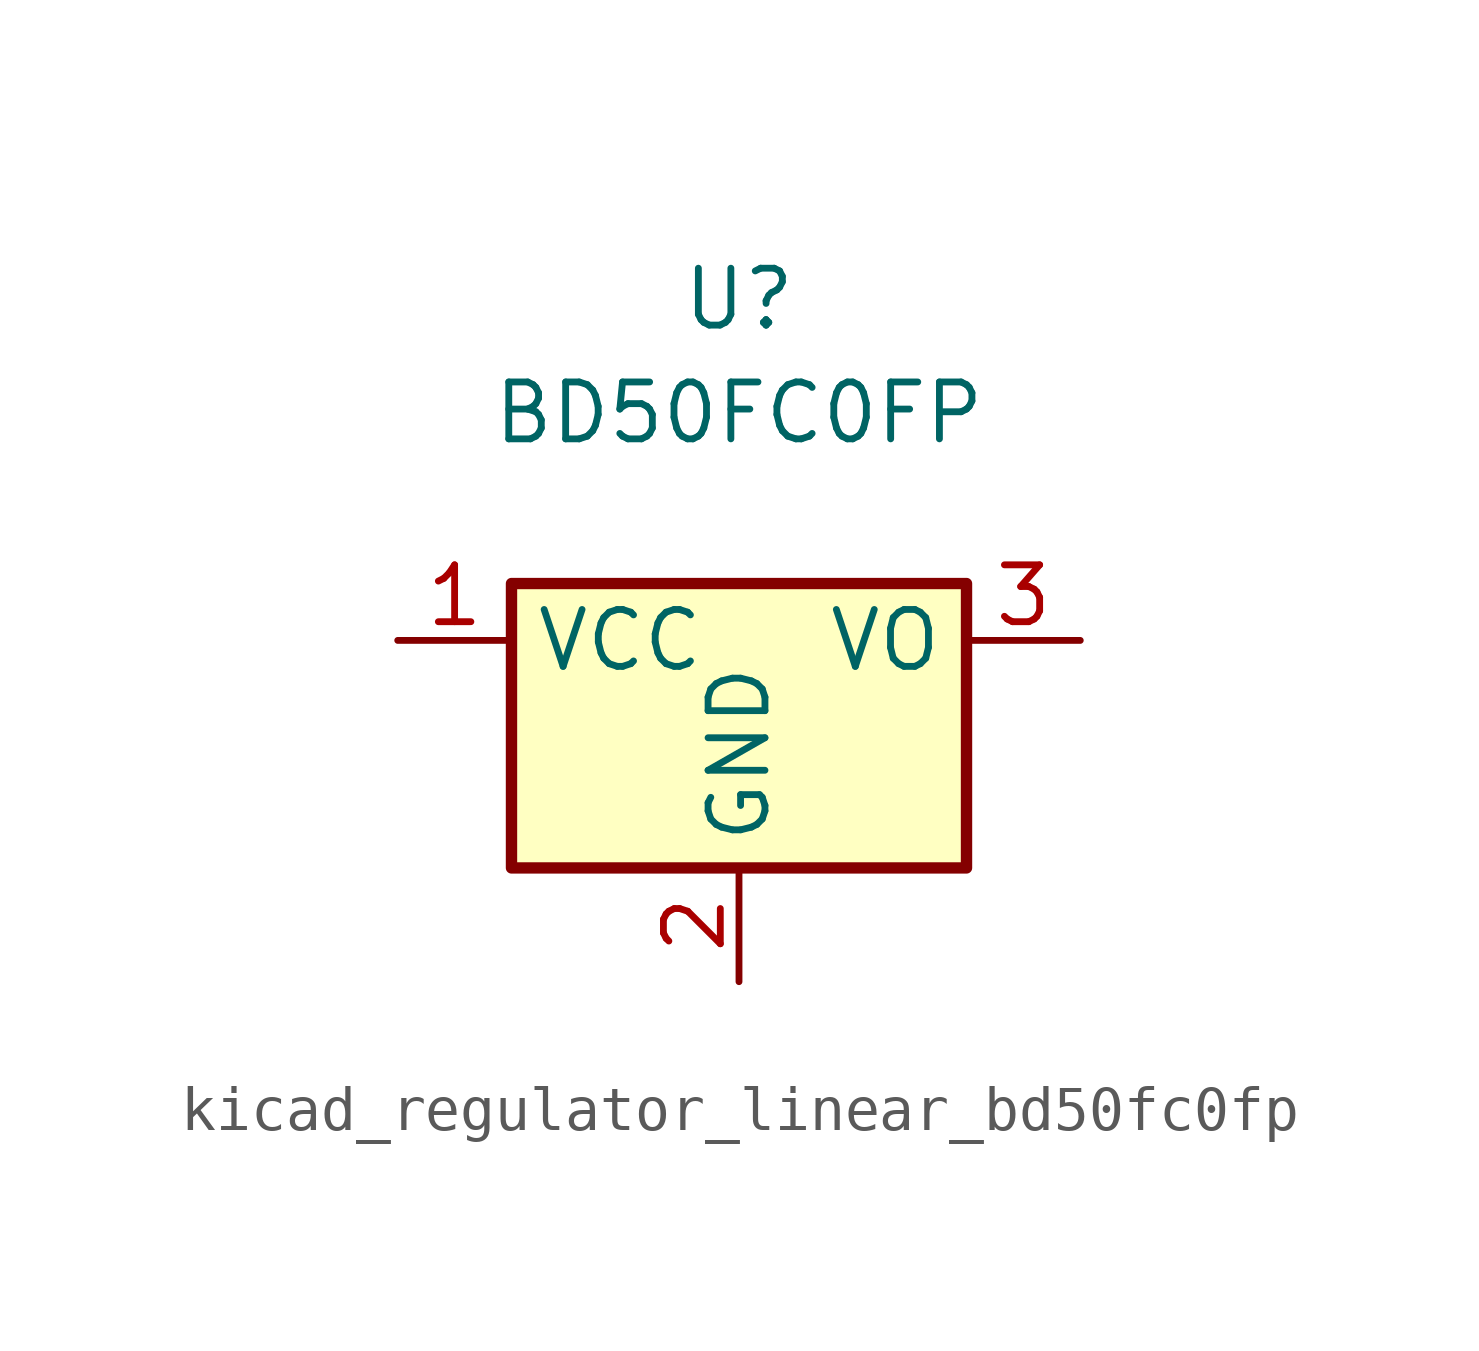
<source format=kicad_sym>
(kicad_symbol_lib
  (version 20220914)
  (generator kicad_symbol_editor)
  (symbol "kicad_regulator_linear_bd50fc0fp"
    (property "Reference" "U"
      (at 0 7.62 0)
      (effects (font (size 1.27 1.27))))
    (property "Value" "BD50FC0FP"
      (at 0 5.08 0)
      (effects (font (size 1.27 1.27))))
    (symbol "kicad_regulator_linear_bd50fc0fp_1_1"
      (rectangle (start -5.08 -5.08) (end 5.08 1.27) (stroke (width 0.254) (type default)) (fill (type background)))
      (pin power_in line (at -7.62 0 0) (length 2.54) (name "VCC" (effects (font (size 1.27 1.27)))) (number "1" (effects (font (size 1.27 1.27)))))
      (pin power_in line (at 0 -7.62 90) (length 2.54) (name "GND" (effects (font (size 1.27 1.27)))) (number "2" (effects (font (size 1.27 1.27)))))
      (pin power_out line (at 7.62 0 180) (length 2.54) (name "VO" (effects (font (size 1.27 1.27)))) (number "3" (effects (font (size 1.27 1.27))))))))
</source>
